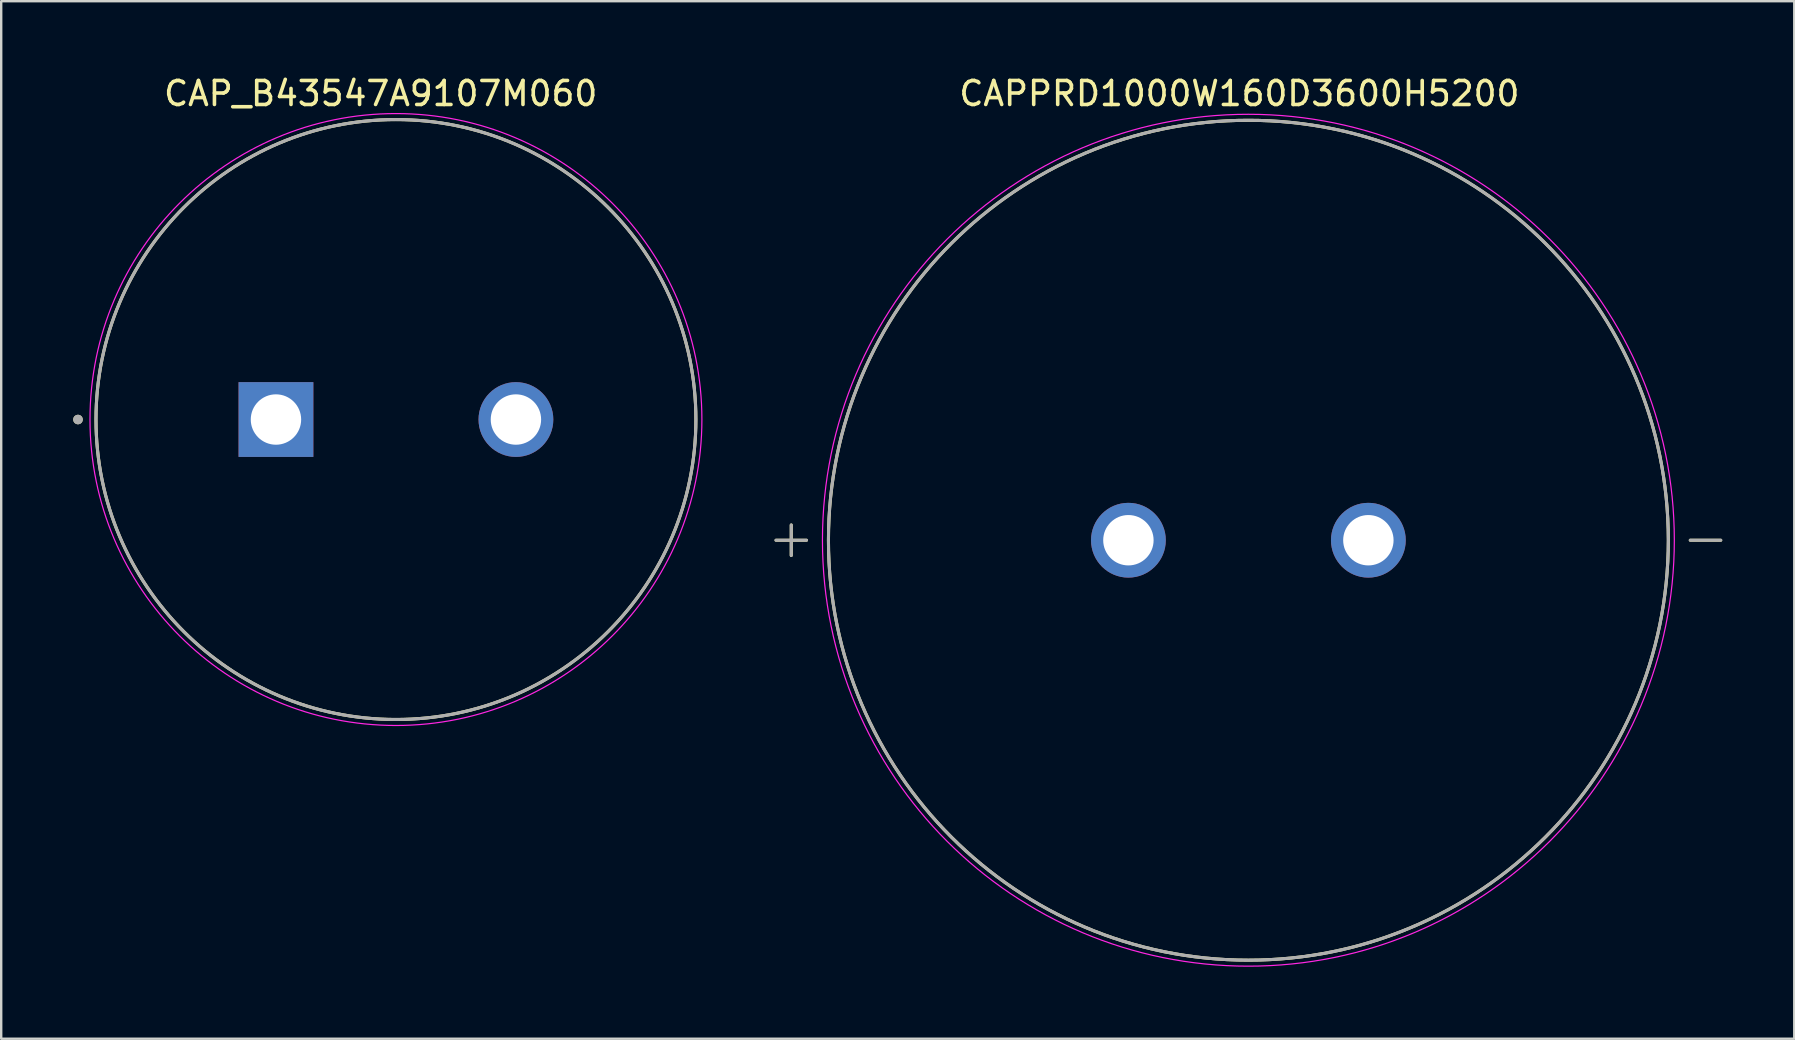
<source format=kicad_pcb>
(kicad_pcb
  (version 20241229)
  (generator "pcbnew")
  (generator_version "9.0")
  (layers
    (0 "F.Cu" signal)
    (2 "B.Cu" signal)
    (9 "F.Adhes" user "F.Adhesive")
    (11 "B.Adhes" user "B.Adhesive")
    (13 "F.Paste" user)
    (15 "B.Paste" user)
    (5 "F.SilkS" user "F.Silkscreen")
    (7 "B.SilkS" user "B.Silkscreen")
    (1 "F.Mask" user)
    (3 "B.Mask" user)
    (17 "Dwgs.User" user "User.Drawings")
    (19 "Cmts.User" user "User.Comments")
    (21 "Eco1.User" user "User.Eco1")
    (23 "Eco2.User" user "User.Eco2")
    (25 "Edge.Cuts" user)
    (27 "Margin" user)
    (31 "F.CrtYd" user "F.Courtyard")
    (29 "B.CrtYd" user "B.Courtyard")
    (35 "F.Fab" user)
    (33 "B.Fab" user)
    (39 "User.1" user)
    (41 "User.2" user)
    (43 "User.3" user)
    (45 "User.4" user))
  (footprint "CAPPRD1000W160D3600H5200"
    (layer "F.Cu")
    (at 48.974 19.463)
    (property "Reference" "CAPPRD1000W160D3600H5200" (at -0.375 -18.615 0) (layer "F.SilkS") (effects (font (size 1 1) (thickness 0.15))))
    (attr through_hole)
    (fp_line (start -19.685 0) (end -18.415 0) (stroke (width 0.127) (type solid)) (layer "F.SilkS"))
    (fp_line (start -19.05 0.635) (end -19.05 -0.635) (stroke (width 0.127) (type solid)) (layer "F.SilkS"))
    (fp_line (start 18.415 0) (end 19.685 0) (stroke (width 0.127) (type solid)) (layer "F.SilkS"))
    (fp_circle (center 0 0) (end 17.5 0) (stroke (width 0.127) (type solid)) (fill no) (layer "F.SilkS"))
    (fp_circle (center 0 0) (end 17.75 0) (stroke (width 0.05) (type solid)) (fill no) (layer "F.CrtYd"))
    (fp_line (start -19.685 0) (end -18.415 0) (stroke (width 0.127) (type solid)) (layer "F.Fab"))
    (fp_line (start -19.05 0.635) (end -19.05 -0.635) (stroke (width 0.127) (type solid)) (layer "F.Fab"))
    (fp_line (start 18.415 0) (end 19.685 0) (stroke (width 0.127) (type solid)) (layer "F.Fab"))
    (fp_circle (center 0 0) (end 17.5 0) (stroke (width 0.127) (type solid)) (fill no) (layer "F.Fab"))
    (pad "+" thru_hole circle (at -5 0) (size 3.116 3.116) (drill 2.1) (layers "*.Cu" "*.Mask"))
    (pad "-" thru_hole circle (at 5 0) (size 3.116 3.116) (drill 2.1) (layers "*.Cu" "*.Mask")))
  (footprint "CAP_B43547A9107M060"
    (layer "F.Cu")
    (at 13.45 14.433)
    (property "Reference" "CAP_B43547A9107M060" (at -0.635 -13.585 0) (layer "F.SilkS") (effects (font (size 1 1) (thickness 0.15))))
    (attr through_hole)
    (fp_circle (center -13.25 0) (end -13.15 0) (stroke (width 0.2) (type solid)) (fill no) (layer "F.SilkS"))
    (fp_circle (center 0 0) (end 12.5 0) (stroke (width 0.127) (type solid)) (fill no) (layer "F.SilkS"))
    (fp_circle (center 0 0) (end 12.75 0) (stroke (width 0.05) (type solid)) (fill no) (layer "F.CrtYd"))
    (fp_circle (center -13.25 0) (end -13.15 0) (stroke (width 0.2) (type solid)) (fill no) (layer "F.Fab"))
    (fp_circle (center 0 0) (end 12.5 0) (stroke (width 0.127) (type solid)) (fill no) (layer "F.Fab"))
    (pad "1" thru_hole rect (at -5 0) (size 3.116 3.116) (drill 2.1) (layers "*.Cu" "*.Mask"))
    (pad "2" thru_hole circle (at 5 0) (size 3.116 3.116) (drill 2.1) (layers "*.Cu" "*.Mask")))
  (gr_rect
    (start -3 -3)
    (end 71.722 40.238)
    (stroke (width 0.1) (type default))
    (fill no)
    (layer "Edge.Cuts")))
</source>
